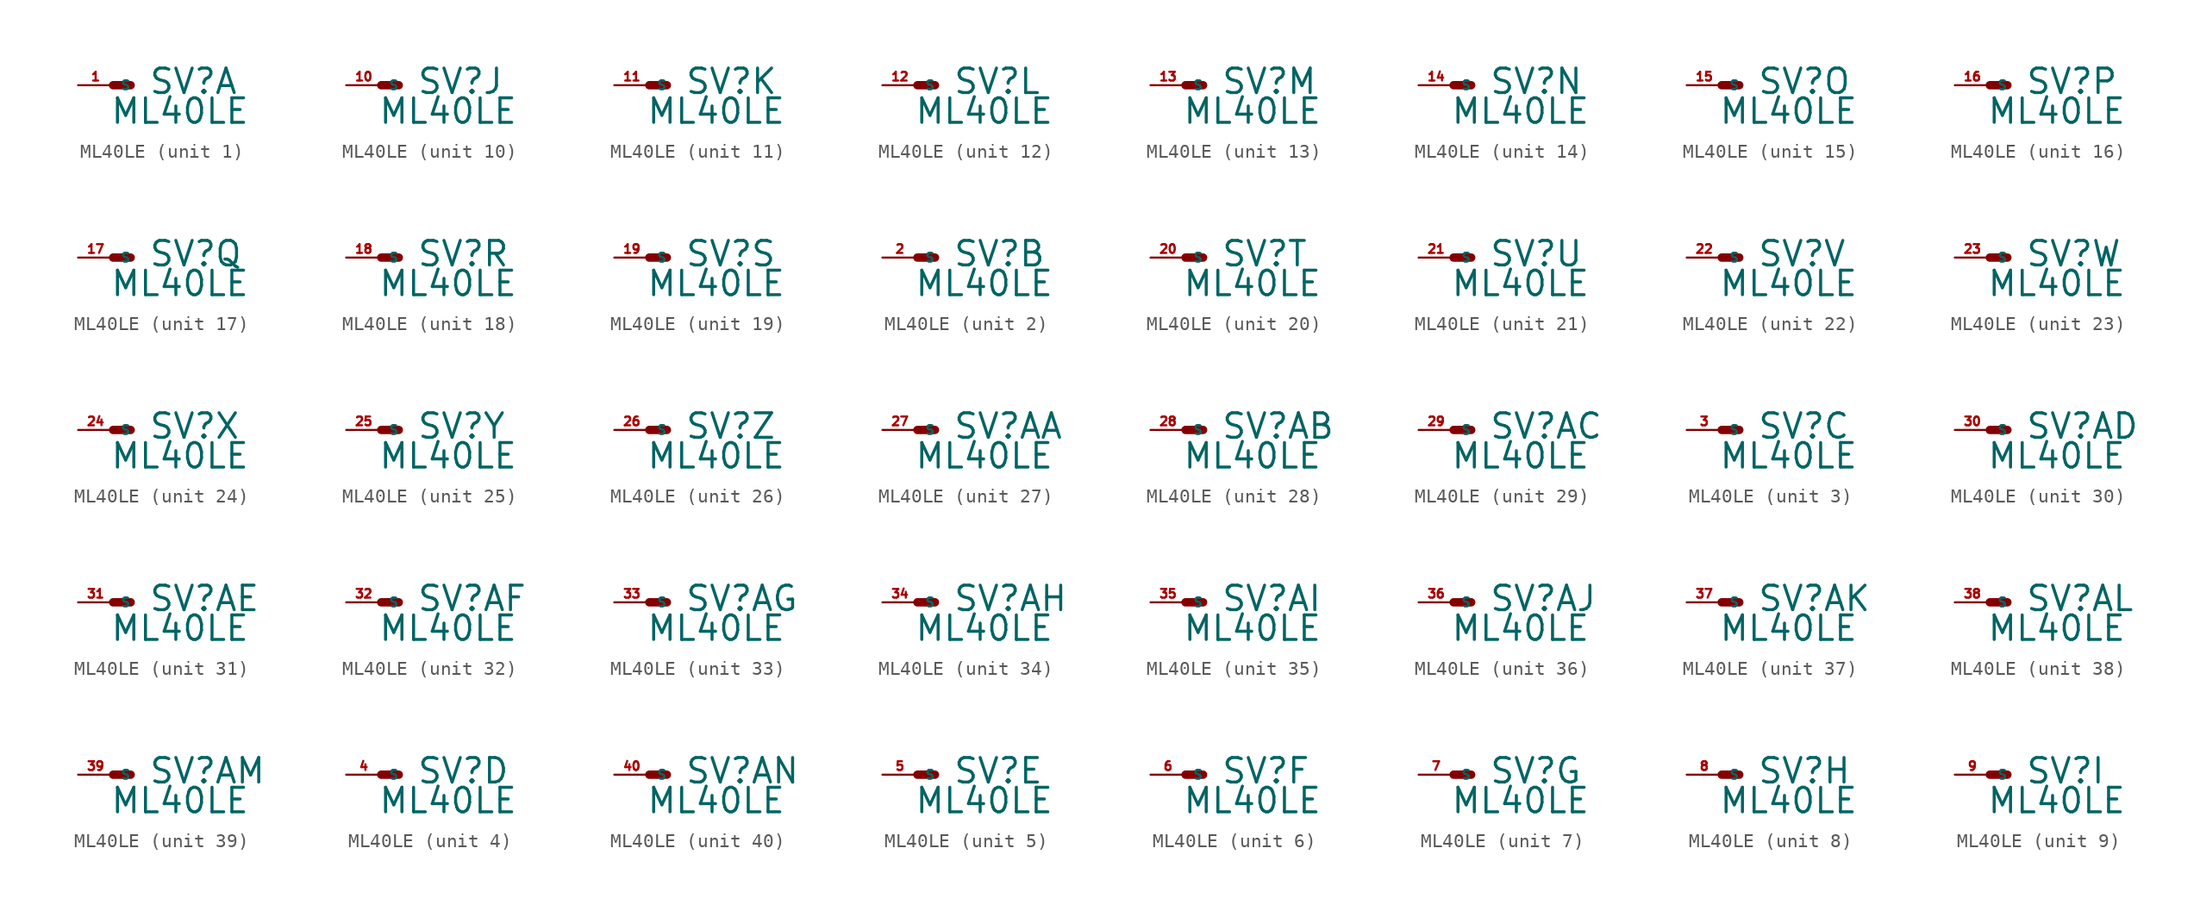
<source format=kicad_sym>
(kicad_symbol_lib
  (version 20220914)
  (generator Eagle2Kicad)
  (symbol "ML40LE"
    (property "Reference" "SV"
      (at 2.54 -0.762 0)
      (effects (font (size 1.778 1.778) (thickness 0.22)) (justify left bottom)))
    (property "Value" "ML40LE"
      (at -0.254 -2.921 0)
      (effects (font (size 1.778 1.778) (thickness 0.22)) (justify left bottom)))
    (symbol "ML40LE_1_0"
      (polyline (pts (xy 1.27 0) (xy 0 0)) (stroke (width 0.61) (type default)) (fill (type none)))
      (pin passive line (at -2.54 0 0) (length 2.54) (name "S" (effects (font (size 0.635 0.635) (thickness 0.08)) (justify left bottom))) (number "1" (effects (font (size 0.635 0.635) (thickness 0.08)) (justify left bottom)))))
    (symbol "ML40LE_2_0"
      (polyline (pts (xy 1.27 0) (xy 0 0)) (stroke (width 0.61) (type default)) (fill (type none)))
      (pin passive line (at -2.54 0 0) (length 2.54) (name "S" (effects (font (size 0.635 0.635) (thickness 0.08)) (justify left bottom))) (number "2" (effects (font (size 0.635 0.635) (thickness 0.08)) (justify left bottom)))))
    (symbol "ML40LE_3_0"
      (polyline (pts (xy 1.27 0) (xy 0 0)) (stroke (width 0.61) (type default)) (fill (type none)))
      (pin passive line (at -2.54 0 0) (length 2.54) (name "S" (effects (font (size 0.635 0.635) (thickness 0.08)) (justify left bottom))) (number "3" (effects (font (size 0.635 0.635) (thickness 0.08)) (justify left bottom)))))
    (symbol "ML40LE_4_0"
      (polyline (pts (xy 1.27 0) (xy 0 0)) (stroke (width 0.61) (type default)) (fill (type none)))
      (pin passive line (at -2.54 0 0) (length 2.54) (name "S" (effects (font (size 0.635 0.635) (thickness 0.08)) (justify left bottom))) (number "4" (effects (font (size 0.635 0.635) (thickness 0.08)) (justify left bottom)))))
    (symbol "ML40LE_5_0"
      (polyline (pts (xy 1.27 0) (xy 0 0)) (stroke (width 0.61) (type default)) (fill (type none)))
      (pin passive line (at -2.54 0 0) (length 2.54) (name "S" (effects (font (size 0.635 0.635) (thickness 0.08)) (justify left bottom))) (number "5" (effects (font (size 0.635 0.635) (thickness 0.08)) (justify left bottom)))))
    (symbol "ML40LE_6_0"
      (polyline (pts (xy 1.27 0) (xy 0 0)) (stroke (width 0.61) (type default)) (fill (type none)))
      (pin passive line (at -2.54 0 0) (length 2.54) (name "S" (effects (font (size 0.635 0.635) (thickness 0.08)) (justify left bottom))) (number "6" (effects (font (size 0.635 0.635) (thickness 0.08)) (justify left bottom)))))
    (symbol "ML40LE_7_0"
      (polyline (pts (xy 1.27 0) (xy 0 0)) (stroke (width 0.61) (type default)) (fill (type none)))
      (pin passive line (at -2.54 0 0) (length 2.54) (name "S" (effects (font (size 0.635 0.635) (thickness 0.08)) (justify left bottom))) (number "7" (effects (font (size 0.635 0.635) (thickness 0.08)) (justify left bottom)))))
    (symbol "ML40LE_8_0"
      (polyline (pts (xy 1.27 0) (xy 0 0)) (stroke (width 0.61) (type default)) (fill (type none)))
      (pin passive line (at -2.54 0 0) (length 2.54) (name "S" (effects (font (size 0.635 0.635) (thickness 0.08)) (justify left bottom))) (number "8" (effects (font (size 0.635 0.635) (thickness 0.08)) (justify left bottom)))))
    (symbol "ML40LE_9_0"
      (polyline (pts (xy 1.27 0) (xy 0 0)) (stroke (width 0.61) (type default)) (fill (type none)))
      (pin passive line (at -2.54 0 0) (length 2.54) (name "S" (effects (font (size 0.635 0.635) (thickness 0.08)) (justify left bottom))) (number "9" (effects (font (size 0.635 0.635) (thickness 0.08)) (justify left bottom)))))
    (symbol "ML40LE_10_0"
      (polyline (pts (xy 1.27 0) (xy 0 0)) (stroke (width 0.61) (type default)) (fill (type none)))
      (pin passive line (at -2.54 0 0) (length 2.54) (name "S" (effects (font (size 0.635 0.635) (thickness 0.08)) (justify left bottom))) (number "10" (effects (font (size 0.635 0.635) (thickness 0.08)) (justify left bottom)))))
    (symbol "ML40LE_11_0"
      (polyline (pts (xy 1.27 0) (xy 0 0)) (stroke (width 0.61) (type default)) (fill (type none)))
      (pin passive line (at -2.54 0 0) (length 2.54) (name "S" (effects (font (size 0.635 0.635) (thickness 0.08)) (justify left bottom))) (number "11" (effects (font (size 0.635 0.635) (thickness 0.08)) (justify left bottom)))))
    (symbol "ML40LE_12_0"
      (polyline (pts (xy 1.27 0) (xy 0 0)) (stroke (width 0.61) (type default)) (fill (type none)))
      (pin passive line (at -2.54 0 0) (length 2.54) (name "S" (effects (font (size 0.635 0.635) (thickness 0.08)) (justify left bottom))) (number "12" (effects (font (size 0.635 0.635) (thickness 0.08)) (justify left bottom)))))
    (symbol "ML40LE_13_0"
      (polyline (pts (xy 1.27 0) (xy 0 0)) (stroke (width 0.61) (type default)) (fill (type none)))
      (pin passive line (at -2.54 0 0) (length 2.54) (name "S" (effects (font (size 0.635 0.635) (thickness 0.08)) (justify left bottom))) (number "13" (effects (font (size 0.635 0.635) (thickness 0.08)) (justify left bottom)))))
    (symbol "ML40LE_14_0"
      (polyline (pts (xy 1.27 0) (xy 0 0)) (stroke (width 0.61) (type default)) (fill (type none)))
      (pin passive line (at -2.54 0 0) (length 2.54) (name "S" (effects (font (size 0.635 0.635) (thickness 0.08)) (justify left bottom))) (number "14" (effects (font (size 0.635 0.635) (thickness 0.08)) (justify left bottom)))))
    (symbol "ML40LE_15_0"
      (polyline (pts (xy 1.27 0) (xy 0 0)) (stroke (width 0.61) (type default)) (fill (type none)))
      (pin passive line (at -2.54 0 0) (length 2.54) (name "S" (effects (font (size 0.635 0.635) (thickness 0.08)) (justify left bottom))) (number "15" (effects (font (size 0.635 0.635) (thickness 0.08)) (justify left bottom)))))
    (symbol "ML40LE_16_0"
      (polyline (pts (xy 1.27 0) (xy 0 0)) (stroke (width 0.61) (type default)) (fill (type none)))
      (pin passive line (at -2.54 0 0) (length 2.54) (name "S" (effects (font (size 0.635 0.635) (thickness 0.08)) (justify left bottom))) (number "16" (effects (font (size 0.635 0.635) (thickness 0.08)) (justify left bottom)))))
    (symbol "ML40LE_17_0"
      (polyline (pts (xy 1.27 0) (xy 0 0)) (stroke (width 0.61) (type default)) (fill (type none)))
      (pin passive line (at -2.54 0 0) (length 2.54) (name "S" (effects (font (size 0.635 0.635) (thickness 0.08)) (justify left bottom))) (number "17" (effects (font (size 0.635 0.635) (thickness 0.08)) (justify left bottom)))))
    (symbol "ML40LE_18_0"
      (polyline (pts (xy 1.27 0) (xy 0 0)) (stroke (width 0.61) (type default)) (fill (type none)))
      (pin passive line (at -2.54 0 0) (length 2.54) (name "S" (effects (font (size 0.635 0.635) (thickness 0.08)) (justify left bottom))) (number "18" (effects (font (size 0.635 0.635) (thickness 0.08)) (justify left bottom)))))
    (symbol "ML40LE_19_0"
      (polyline (pts (xy 1.27 0) (xy 0 0)) (stroke (width 0.61) (type default)) (fill (type none)))
      (pin passive line (at -2.54 0 0) (length 2.54) (name "S" (effects (font (size 0.635 0.635) (thickness 0.08)) (justify left bottom))) (number "19" (effects (font (size 0.635 0.635) (thickness 0.08)) (justify left bottom)))))
    (symbol "ML40LE_20_0"
      (polyline (pts (xy 1.27 0) (xy 0 0)) (stroke (width 0.61) (type default)) (fill (type none)))
      (pin passive line (at -2.54 0 0) (length 2.54) (name "S" (effects (font (size 0.635 0.635) (thickness 0.08)) (justify left bottom))) (number "20" (effects (font (size 0.635 0.635) (thickness 0.08)) (justify left bottom)))))
    (symbol "ML40LE_21_0"
      (polyline (pts (xy 1.27 0) (xy 0 0)) (stroke (width 0.61) (type default)) (fill (type none)))
      (pin passive line (at -2.54 0 0) (length 2.54) (name "S" (effects (font (size 0.635 0.635) (thickness 0.08)) (justify left bottom))) (number "21" (effects (font (size 0.635 0.635) (thickness 0.08)) (justify left bottom)))))
    (symbol "ML40LE_22_0"
      (polyline (pts (xy 1.27 0) (xy 0 0)) (stroke (width 0.61) (type default)) (fill (type none)))
      (pin passive line (at -2.54 0 0) (length 2.54) (name "S" (effects (font (size 0.635 0.635) (thickness 0.08)) (justify left bottom))) (number "22" (effects (font (size 0.635 0.635) (thickness 0.08)) (justify left bottom)))))
    (symbol "ML40LE_23_0"
      (polyline (pts (xy 1.27 0) (xy 0 0)) (stroke (width 0.61) (type default)) (fill (type none)))
      (pin passive line (at -2.54 0 0) (length 2.54) (name "S" (effects (font (size 0.635 0.635) (thickness 0.08)) (justify left bottom))) (number "23" (effects (font (size 0.635 0.635) (thickness 0.08)) (justify left bottom)))))
    (symbol "ML40LE_24_0"
      (polyline (pts (xy 1.27 0) (xy 0 0)) (stroke (width 0.61) (type default)) (fill (type none)))
      (pin passive line (at -2.54 0 0) (length 2.54) (name "S" (effects (font (size 0.635 0.635) (thickness 0.08)) (justify left bottom))) (number "24" (effects (font (size 0.635 0.635) (thickness 0.08)) (justify left bottom)))))
    (symbol "ML40LE_25_0"
      (polyline (pts (xy 1.27 0) (xy 0 0)) (stroke (width 0.61) (type default)) (fill (type none)))
      (pin passive line (at -2.54 0 0) (length 2.54) (name "S" (effects (font (size 0.635 0.635) (thickness 0.08)) (justify left bottom))) (number "25" (effects (font (size 0.635 0.635) (thickness 0.08)) (justify left bottom)))))
    (symbol "ML40LE_26_0"
      (polyline (pts (xy 1.27 0) (xy 0 0)) (stroke (width 0.61) (type default)) (fill (type none)))
      (pin passive line (at -2.54 0 0) (length 2.54) (name "S" (effects (font (size 0.635 0.635) (thickness 0.08)) (justify left bottom))) (number "26" (effects (font (size 0.635 0.635) (thickness 0.08)) (justify left bottom)))))
    (symbol "ML40LE_27_0"
      (polyline (pts (xy 1.27 0) (xy 0 0)) (stroke (width 0.61) (type default)) (fill (type none)))
      (pin passive line (at -2.54 0 0) (length 2.54) (name "S" (effects (font (size 0.635 0.635) (thickness 0.08)) (justify left bottom))) (number "27" (effects (font (size 0.635 0.635) (thickness 0.08)) (justify left bottom)))))
    (symbol "ML40LE_28_0"
      (polyline (pts (xy 1.27 0) (xy 0 0)) (stroke (width 0.61) (type default)) (fill (type none)))
      (pin passive line (at -2.54 0 0) (length 2.54) (name "S" (effects (font (size 0.635 0.635) (thickness 0.08)) (justify left bottom))) (number "28" (effects (font (size 0.635 0.635) (thickness 0.08)) (justify left bottom)))))
    (symbol "ML40LE_29_0"
      (polyline (pts (xy 1.27 0) (xy 0 0)) (stroke (width 0.61) (type default)) (fill (type none)))
      (pin passive line (at -2.54 0 0) (length 2.54) (name "S" (effects (font (size 0.635 0.635) (thickness 0.08)) (justify left bottom))) (number "29" (effects (font (size 0.635 0.635) (thickness 0.08)) (justify left bottom)))))
    (symbol "ML40LE_30_0"
      (polyline (pts (xy 1.27 0) (xy 0 0)) (stroke (width 0.61) (type default)) (fill (type none)))
      (pin passive line (at -2.54 0 0) (length 2.54) (name "S" (effects (font (size 0.635 0.635) (thickness 0.08)) (justify left bottom))) (number "30" (effects (font (size 0.635 0.635) (thickness 0.08)) (justify left bottom)))))
    (symbol "ML40LE_31_0"
      (polyline (pts (xy 1.27 0) (xy 0 0)) (stroke (width 0.61) (type default)) (fill (type none)))
      (pin passive line (at -2.54 0 0) (length 2.54) (name "S" (effects (font (size 0.635 0.635) (thickness 0.08)) (justify left bottom))) (number "31" (effects (font (size 0.635 0.635) (thickness 0.08)) (justify left bottom)))))
    (symbol "ML40LE_32_0"
      (polyline (pts (xy 1.27 0) (xy 0 0)) (stroke (width 0.61) (type default)) (fill (type none)))
      (pin passive line (at -2.54 0 0) (length 2.54) (name "S" (effects (font (size 0.635 0.635) (thickness 0.08)) (justify left bottom))) (number "32" (effects (font (size 0.635 0.635) (thickness 0.08)) (justify left bottom)))))
    (symbol "ML40LE_33_0"
      (polyline (pts (xy 1.27 0) (xy 0 0)) (stroke (width 0.61) (type default)) (fill (type none)))
      (pin passive line (at -2.54 0 0) (length 2.54) (name "S" (effects (font (size 0.635 0.635) (thickness 0.08)) (justify left bottom))) (number "33" (effects (font (size 0.635 0.635) (thickness 0.08)) (justify left bottom)))))
    (symbol "ML40LE_34_0"
      (polyline (pts (xy 1.27 0) (xy 0 0)) (stroke (width 0.61) (type default)) (fill (type none)))
      (pin passive line (at -2.54 0 0) (length 2.54) (name "S" (effects (font (size 0.635 0.635) (thickness 0.08)) (justify left bottom))) (number "34" (effects (font (size 0.635 0.635) (thickness 0.08)) (justify left bottom)))))
    (symbol "ML40LE_35_0"
      (polyline (pts (xy 1.27 0) (xy 0 0)) (stroke (width 0.61) (type default)) (fill (type none)))
      (pin passive line (at -2.54 0 0) (length 2.54) (name "S" (effects (font (size 0.635 0.635) (thickness 0.08)) (justify left bottom))) (number "35" (effects (font (size 0.635 0.635) (thickness 0.08)) (justify left bottom)))))
    (symbol "ML40LE_36_0"
      (polyline (pts (xy 1.27 0) (xy 0 0)) (stroke (width 0.61) (type default)) (fill (type none)))
      (pin passive line (at -2.54 0 0) (length 2.54) (name "S" (effects (font (size 0.635 0.635) (thickness 0.08)) (justify left bottom))) (number "36" (effects (font (size 0.635 0.635) (thickness 0.08)) (justify left bottom)))))
    (symbol "ML40LE_37_0"
      (polyline (pts (xy 1.27 0) (xy 0 0)) (stroke (width 0.61) (type default)) (fill (type none)))
      (pin passive line (at -2.54 0 0) (length 2.54) (name "S" (effects (font (size 0.635 0.635) (thickness 0.08)) (justify left bottom))) (number "37" (effects (font (size 0.635 0.635) (thickness 0.08)) (justify left bottom)))))
    (symbol "ML40LE_38_0"
      (polyline (pts (xy 1.27 0) (xy 0 0)) (stroke (width 0.61) (type default)) (fill (type none)))
      (pin passive line (at -2.54 0 0) (length 2.54) (name "S" (effects (font (size 0.635 0.635) (thickness 0.08)) (justify left bottom))) (number "38" (effects (font (size 0.635 0.635) (thickness 0.08)) (justify left bottom)))))
    (symbol "ML40LE_39_0"
      (polyline (pts (xy 1.27 0) (xy 0 0)) (stroke (width 0.61) (type default)) (fill (type none)))
      (pin passive line (at -2.54 0 0) (length 2.54) (name "S" (effects (font (size 0.635 0.635) (thickness 0.08)) (justify left bottom))) (number "39" (effects (font (size 0.635 0.635) (thickness 0.08)) (justify left bottom)))))
    (symbol "ML40LE_40_0"
      (polyline (pts (xy 1.27 0) (xy 0 0)) (stroke (width 0.61) (type default)) (fill (type none)))
      (pin passive line (at -2.54 0 0) (length 2.54) (name "S" (effects (font (size 0.635 0.635) (thickness 0.08)) (justify left bottom))) (number "40" (effects (font (size 0.635 0.635) (thickness 0.08)) (justify left bottom)))))))
</source>
